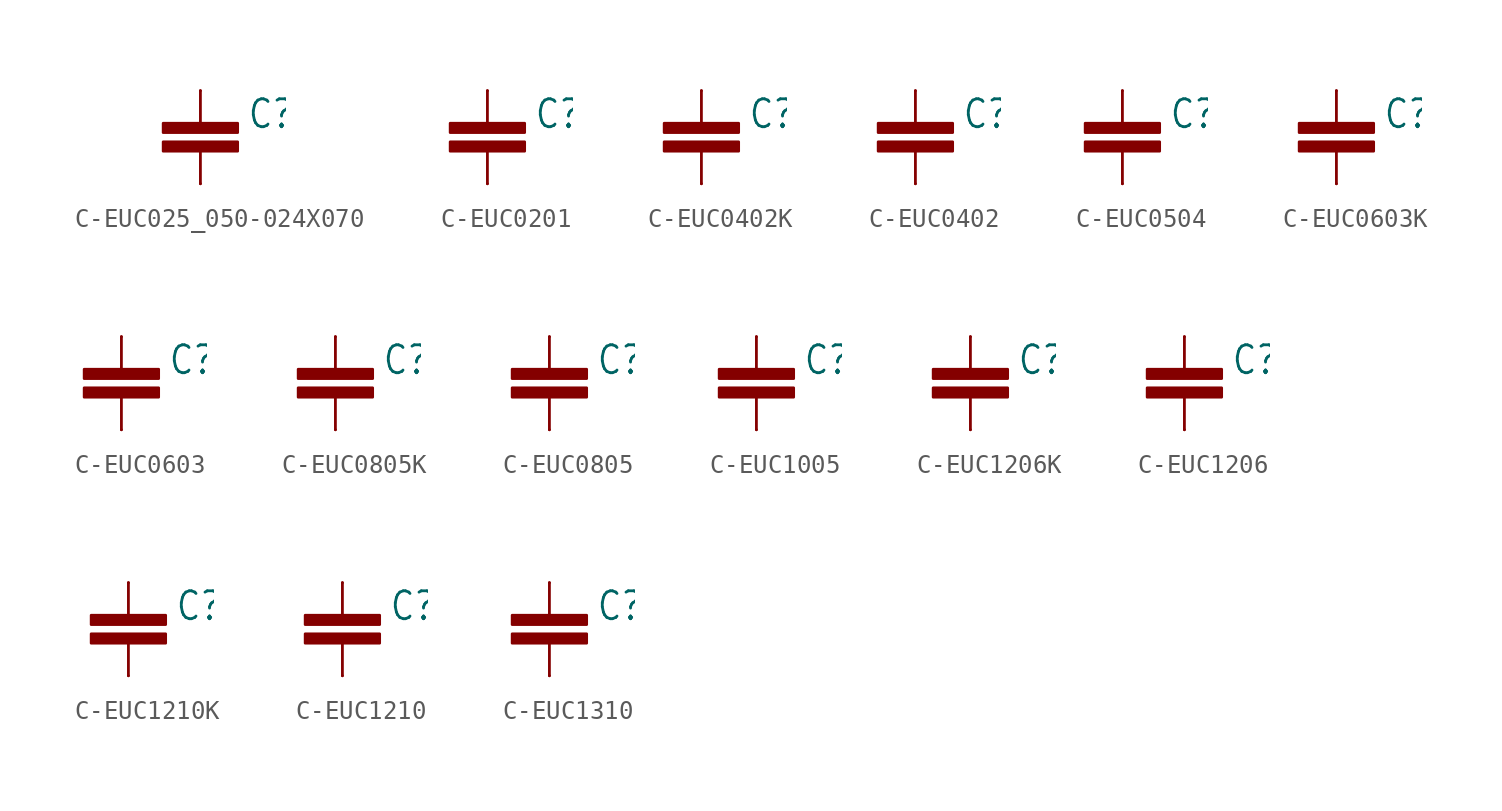
<source format=kicad_sym>
(kicad_symbol_lib
  (version 20220914)
  (generator kicad_symbol_editor)
  (symbol "C-EUC025_050-024X070"
    (property "Reference" "C"
      (at 2.54 1.27 0)
      (effects (font (size 1.524 1.295)) (justify left)))
    (property "Value" ""
      (at 2.54 -1.27 0)
      (effects (font (size 1.524 1.295)) (justify left)))
    (property "ki_locked" ""
      (at 0 0 0)
      (effects (font (size 1.27 1.27))))
    (symbol "C-EUC025_050-024X070_1_0"
      (rectangle (start -2.032 -0.762) (end 2.032 -0.254) (stroke (width 0) (type default)) (fill (type outline)))
      (rectangle (start -2.032 0.254) (end 2.032 0.762) (stroke (width 0) (type default)) (fill (type outline)))
      (polyline (pts (xy 0 -2.54) (xy 0 -0.762)) (stroke (width 0.152) (type solid)) (fill (type none)))
      (polyline (pts (xy 0 2.54) (xy 0 0.762)) (stroke (width 0.152) (type solid)) (fill (type none)))
      (pin passive line (at 0 2.54 270) (length 0) (name "1" (effects (font (size 0 0)))) (number "1" (effects (font (size 0 0)))))
      (pin passive line (at 0 -2.54 90) (length 0) (name "2" (effects (font (size 0 0)))) (number "2" (effects (font (size 0 0)))))))
  (symbol "C-EUC0201"
    (property "Reference" "C"
      (at 2.54 1.27 0)
      (effects (font (size 1.524 1.295)) (justify left)))
    (property "Value" ""
      (at 2.54 -1.27 0)
      (effects (font (size 1.524 1.295)) (justify left)))
    (property "ki_locked" ""
      (at 0 0 0)
      (effects (font (size 1.27 1.27))))
    (symbol "C-EUC0201_1_0"
      (rectangle (start -2.032 -0.762) (end 2.032 -0.254) (stroke (width 0) (type default)) (fill (type outline)))
      (rectangle (start -2.032 0.254) (end 2.032 0.762) (stroke (width 0) (type default)) (fill (type outline)))
      (polyline (pts (xy 0 -2.54) (xy 0 -0.762)) (stroke (width 0.152) (type solid)) (fill (type none)))
      (polyline (pts (xy 0 2.54) (xy 0 0.762)) (stroke (width 0.152) (type solid)) (fill (type none)))
      (pin passive line (at 0 2.54 270) (length 0) (name "1" (effects (font (size 0 0)))) (number "1" (effects (font (size 0 0)))))
      (pin passive line (at 0 -2.54 90) (length 0) (name "2" (effects (font (size 0 0)))) (number "2" (effects (font (size 0 0)))))))
  (symbol "C-EUC0402K"
    (property "Reference" "C"
      (at 2.54 1.27 0)
      (effects (font (size 1.524 1.295)) (justify left)))
    (property "Value" ""
      (at 2.54 -1.27 0)
      (effects (font (size 1.524 1.295)) (justify left)))
    (property "ki_locked" ""
      (at 0 0 0)
      (effects (font (size 1.27 1.27))))
    (symbol "C-EUC0402K_1_0"
      (rectangle (start -2.032 -0.762) (end 2.032 -0.254) (stroke (width 0) (type default)) (fill (type outline)))
      (rectangle (start -2.032 0.254) (end 2.032 0.762) (stroke (width 0) (type default)) (fill (type outline)))
      (polyline (pts (xy 0 -2.54) (xy 0 -0.762)) (stroke (width 0.152) (type solid)) (fill (type none)))
      (polyline (pts (xy 0 2.54) (xy 0 0.762)) (stroke (width 0.152) (type solid)) (fill (type none)))
      (pin passive line (at 0 2.54 270) (length 0) (name "1" (effects (font (size 0 0)))) (number "1" (effects (font (size 0 0)))))
      (pin passive line (at 0 -2.54 90) (length 0) (name "2" (effects (font (size 0 0)))) (number "2" (effects (font (size 0 0)))))))
  (symbol "C-EUC0402"
    (property "Reference" "C"
      (at 2.54 1.27 0)
      (effects (font (size 1.524 1.295)) (justify left)))
    (property "Value" ""
      (at 2.54 -1.27 0)
      (effects (font (size 1.524 1.295)) (justify left)))
    (property "ki_locked" ""
      (at 0 0 0)
      (effects (font (size 1.27 1.27))))
    (symbol "C-EUC0402_1_0"
      (rectangle (start -2.032 -0.762) (end 2.032 -0.254) (stroke (width 0) (type default)) (fill (type outline)))
      (rectangle (start -2.032 0.254) (end 2.032 0.762) (stroke (width 0) (type default)) (fill (type outline)))
      (polyline (pts (xy 0 -2.54) (xy 0 -0.762)) (stroke (width 0.152) (type solid)) (fill (type none)))
      (polyline (pts (xy 0 2.54) (xy 0 0.762)) (stroke (width 0.152) (type solid)) (fill (type none)))
      (pin passive line (at 0 2.54 270) (length 0) (name "1" (effects (font (size 0 0)))) (number "1" (effects (font (size 0 0)))))
      (pin passive line (at 0 -2.54 90) (length 0) (name "2" (effects (font (size 0 0)))) (number "2" (effects (font (size 0 0)))))))
  (symbol "C-EUC0504"
    (property "Reference" "C"
      (at 2.54 1.27 0)
      (effects (font (size 1.524 1.295)) (justify left)))
    (property "Value" ""
      (at 2.54 -1.27 0)
      (effects (font (size 1.524 1.295)) (justify left)))
    (property "ki_locked" ""
      (at 0 0 0)
      (effects (font (size 1.27 1.27))))
    (symbol "C-EUC0504_1_0"
      (rectangle (start -2.032 -0.762) (end 2.032 -0.254) (stroke (width 0) (type default)) (fill (type outline)))
      (rectangle (start -2.032 0.254) (end 2.032 0.762) (stroke (width 0) (type default)) (fill (type outline)))
      (polyline (pts (xy 0 -2.54) (xy 0 -0.762)) (stroke (width 0.152) (type solid)) (fill (type none)))
      (polyline (pts (xy 0 2.54) (xy 0 0.762)) (stroke (width 0.152) (type solid)) (fill (type none)))
      (pin passive line (at 0 2.54 270) (length 0) (name "1" (effects (font (size 0 0)))) (number "1" (effects (font (size 0 0)))))
      (pin passive line (at 0 -2.54 90) (length 0) (name "2" (effects (font (size 0 0)))) (number "2" (effects (font (size 0 0)))))))
  (symbol "C-EUC0603K"
    (property "Reference" "C"
      (at 2.54 1.27 0)
      (effects (font (size 1.524 1.295)) (justify left)))
    (property "Value" ""
      (at 2.54 -1.27 0)
      (effects (font (size 1.524 1.295)) (justify left)))
    (property "ki_locked" ""
      (at 0 0 0)
      (effects (font (size 1.27 1.27))))
    (symbol "C-EUC0603K_1_0"
      (rectangle (start -2.032 -0.762) (end 2.032 -0.254) (stroke (width 0) (type default)) (fill (type outline)))
      (rectangle (start -2.032 0.254) (end 2.032 0.762) (stroke (width 0) (type default)) (fill (type outline)))
      (polyline (pts (xy 0 -2.54) (xy 0 -0.762)) (stroke (width 0.152) (type solid)) (fill (type none)))
      (polyline (pts (xy 0 2.54) (xy 0 0.762)) (stroke (width 0.152) (type solid)) (fill (type none)))
      (pin passive line (at 0 2.54 270) (length 0) (name "1" (effects (font (size 0 0)))) (number "1" (effects (font (size 0 0)))))
      (pin passive line (at 0 -2.54 90) (length 0) (name "2" (effects (font (size 0 0)))) (number "2" (effects (font (size 0 0)))))))
  (symbol "C-EUC0603"
    (property "Reference" "C"
      (at 2.54 1.27 0)
      (effects (font (size 1.524 1.295)) (justify left)))
    (property "Value" ""
      (at 2.54 -1.27 0)
      (effects (font (size 1.524 1.295)) (justify left)))
    (property "ki_locked" ""
      (at 0 0 0)
      (effects (font (size 1.27 1.27))))
    (symbol "C-EUC0603_1_0"
      (rectangle (start -2.032 -0.762) (end 2.032 -0.254) (stroke (width 0) (type default)) (fill (type outline)))
      (rectangle (start -2.032 0.254) (end 2.032 0.762) (stroke (width 0) (type default)) (fill (type outline)))
      (polyline (pts (xy 0 -2.54) (xy 0 -0.762)) (stroke (width 0.152) (type solid)) (fill (type none)))
      (polyline (pts (xy 0 2.54) (xy 0 0.762)) (stroke (width 0.152) (type solid)) (fill (type none)))
      (pin passive line (at 0 2.54 270) (length 0) (name "1" (effects (font (size 0 0)))) (number "1" (effects (font (size 0 0)))))
      (pin passive line (at 0 -2.54 90) (length 0) (name "2" (effects (font (size 0 0)))) (number "2" (effects (font (size 0 0)))))))
  (symbol "C-EUC0805K"
    (property "Reference" "C"
      (at 2.54 1.27 0)
      (effects (font (size 1.524 1.295)) (justify left)))
    (property "Value" ""
      (at 2.54 -1.27 0)
      (effects (font (size 1.524 1.295)) (justify left)))
    (property "ki_locked" ""
      (at 0 0 0)
      (effects (font (size 1.27 1.27))))
    (symbol "C-EUC0805K_1_0"
      (rectangle (start -2.032 -0.762) (end 2.032 -0.254) (stroke (width 0) (type default)) (fill (type outline)))
      (rectangle (start -2.032 0.254) (end 2.032 0.762) (stroke (width 0) (type default)) (fill (type outline)))
      (polyline (pts (xy 0 -2.54) (xy 0 -0.762)) (stroke (width 0.152) (type solid)) (fill (type none)))
      (polyline (pts (xy 0 2.54) (xy 0 0.762)) (stroke (width 0.152) (type solid)) (fill (type none)))
      (pin passive line (at 0 2.54 270) (length 0) (name "1" (effects (font (size 0 0)))) (number "1" (effects (font (size 0 0)))))
      (pin passive line (at 0 -2.54 90) (length 0) (name "2" (effects (font (size 0 0)))) (number "2" (effects (font (size 0 0)))))))
  (symbol "C-EUC0805"
    (property "Reference" "C"
      (at 2.54 1.27 0)
      (effects (font (size 1.524 1.295)) (justify left)))
    (property "Value" ""
      (at 2.54 -1.27 0)
      (effects (font (size 1.524 1.295)) (justify left)))
    (property "ki_locked" ""
      (at 0 0 0)
      (effects (font (size 1.27 1.27))))
    (symbol "C-EUC0805_1_0"
      (rectangle (start -2.032 -0.762) (end 2.032 -0.254) (stroke (width 0) (type default)) (fill (type outline)))
      (rectangle (start -2.032 0.254) (end 2.032 0.762) (stroke (width 0) (type default)) (fill (type outline)))
      (polyline (pts (xy 0 -2.54) (xy 0 -0.762)) (stroke (width 0.152) (type solid)) (fill (type none)))
      (polyline (pts (xy 0 2.54) (xy 0 0.762)) (stroke (width 0.152) (type solid)) (fill (type none)))
      (pin passive line (at 0 2.54 270) (length 0) (name "1" (effects (font (size 0 0)))) (number "1" (effects (font (size 0 0)))))
      (pin passive line (at 0 -2.54 90) (length 0) (name "2" (effects (font (size 0 0)))) (number "2" (effects (font (size 0 0)))))))
  (symbol "C-EUC1005"
    (property "Reference" "C"
      (at 2.54 1.27 0)
      (effects (font (size 1.524 1.295)) (justify left)))
    (property "Value" ""
      (at 2.54 -1.27 0)
      (effects (font (size 1.524 1.295)) (justify left)))
    (property "ki_locked" ""
      (at 0 0 0)
      (effects (font (size 1.27 1.27))))
    (symbol "C-EUC1005_1_0"
      (rectangle (start -2.032 -0.762) (end 2.032 -0.254) (stroke (width 0) (type default)) (fill (type outline)))
      (rectangle (start -2.032 0.254) (end 2.032 0.762) (stroke (width 0) (type default)) (fill (type outline)))
      (polyline (pts (xy 0 -2.54) (xy 0 -0.762)) (stroke (width 0.152) (type solid)) (fill (type none)))
      (polyline (pts (xy 0 2.54) (xy 0 0.762)) (stroke (width 0.152) (type solid)) (fill (type none)))
      (pin passive line (at 0 2.54 270) (length 0) (name "1" (effects (font (size 0 0)))) (number "1" (effects (font (size 0 0)))))
      (pin passive line (at 0 -2.54 90) (length 0) (name "2" (effects (font (size 0 0)))) (number "2" (effects (font (size 0 0)))))))
  (symbol "C-EUC1206K"
    (property "Reference" "C"
      (at 2.54 1.27 0)
      (effects (font (size 1.524 1.295)) (justify left)))
    (property "Value" ""
      (at 2.54 -1.27 0)
      (effects (font (size 1.524 1.295)) (justify left)))
    (property "ki_locked" ""
      (at 0 0 0)
      (effects (font (size 1.27 1.27))))
    (symbol "C-EUC1206K_1_0"
      (rectangle (start -2.032 -0.762) (end 2.032 -0.254) (stroke (width 0) (type default)) (fill (type outline)))
      (rectangle (start -2.032 0.254) (end 2.032 0.762) (stroke (width 0) (type default)) (fill (type outline)))
      (polyline (pts (xy 0 -2.54) (xy 0 -0.762)) (stroke (width 0.152) (type solid)) (fill (type none)))
      (polyline (pts (xy 0 2.54) (xy 0 0.762)) (stroke (width 0.152) (type solid)) (fill (type none)))
      (pin passive line (at 0 2.54 270) (length 0) (name "1" (effects (font (size 0 0)))) (number "1" (effects (font (size 0 0)))))
      (pin passive line (at 0 -2.54 90) (length 0) (name "2" (effects (font (size 0 0)))) (number "2" (effects (font (size 0 0)))))))
  (symbol "C-EUC1206"
    (property "Reference" "C"
      (at 2.54 1.27 0)
      (effects (font (size 1.524 1.295)) (justify left)))
    (property "Value" ""
      (at 2.54 -1.27 0)
      (effects (font (size 1.524 1.295)) (justify left)))
    (property "ki_locked" ""
      (at 0 0 0)
      (effects (font (size 1.27 1.27))))
    (symbol "C-EUC1206_1_0"
      (rectangle (start -2.032 -0.762) (end 2.032 -0.254) (stroke (width 0) (type default)) (fill (type outline)))
      (rectangle (start -2.032 0.254) (end 2.032 0.762) (stroke (width 0) (type default)) (fill (type outline)))
      (polyline (pts (xy 0 -2.54) (xy 0 -0.762)) (stroke (width 0.152) (type solid)) (fill (type none)))
      (polyline (pts (xy 0 2.54) (xy 0 0.762)) (stroke (width 0.152) (type solid)) (fill (type none)))
      (pin passive line (at 0 2.54 270) (length 0) (name "1" (effects (font (size 0 0)))) (number "1" (effects (font (size 0 0)))))
      (pin passive line (at 0 -2.54 90) (length 0) (name "2" (effects (font (size 0 0)))) (number "2" (effects (font (size 0 0)))))))
  (symbol "C-EUC1210K"
    (property "Reference" "C"
      (at 2.54 1.27 0)
      (effects (font (size 1.524 1.295)) (justify left)))
    (property "Value" ""
      (at 2.54 -1.27 0)
      (effects (font (size 1.524 1.295)) (justify left)))
    (property "ki_locked" ""
      (at 0 0 0)
      (effects (font (size 1.27 1.27))))
    (symbol "C-EUC1210K_1_0"
      (rectangle (start -2.032 -0.762) (end 2.032 -0.254) (stroke (width 0) (type default)) (fill (type outline)))
      (rectangle (start -2.032 0.254) (end 2.032 0.762) (stroke (width 0) (type default)) (fill (type outline)))
      (polyline (pts (xy 0 -2.54) (xy 0 -0.762)) (stroke (width 0.152) (type solid)) (fill (type none)))
      (polyline (pts (xy 0 2.54) (xy 0 0.762)) (stroke (width 0.152) (type solid)) (fill (type none)))
      (pin passive line (at 0 2.54 270) (length 0) (name "1" (effects (font (size 0 0)))) (number "1" (effects (font (size 0 0)))))
      (pin passive line (at 0 -2.54 90) (length 0) (name "2" (effects (font (size 0 0)))) (number "2" (effects (font (size 0 0)))))))
  (symbol "C-EUC1210"
    (property "Reference" "C"
      (at 2.54 1.27 0)
      (effects (font (size 1.524 1.295)) (justify left)))
    (property "Value" ""
      (at 2.54 -1.27 0)
      (effects (font (size 1.524 1.295)) (justify left)))
    (property "ki_locked" ""
      (at 0 0 0)
      (effects (font (size 1.27 1.27))))
    (symbol "C-EUC1210_1_0"
      (rectangle (start -2.032 -0.762) (end 2.032 -0.254) (stroke (width 0) (type default)) (fill (type outline)))
      (rectangle (start -2.032 0.254) (end 2.032 0.762) (stroke (width 0) (type default)) (fill (type outline)))
      (polyline (pts (xy 0 -2.54) (xy 0 -0.762)) (stroke (width 0.152) (type solid)) (fill (type none)))
      (polyline (pts (xy 0 2.54) (xy 0 0.762)) (stroke (width 0.152) (type solid)) (fill (type none)))
      (pin passive line (at 0 2.54 270) (length 0) (name "1" (effects (font (size 0 0)))) (number "1" (effects (font (size 0 0)))))
      (pin passive line (at 0 -2.54 90) (length 0) (name "2" (effects (font (size 0 0)))) (number "2" (effects (font (size 0 0)))))))
  (symbol "C-EUC1310"
    (property "Reference" "C"
      (at 2.54 1.27 0)
      (effects (font (size 1.524 1.295)) (justify left)))
    (property "Value" ""
      (at 2.54 -1.27 0)
      (effects (font (size 1.524 1.295)) (justify left)))
    (property "ki_locked" ""
      (at 0 0 0)
      (effects (font (size 1.27 1.27))))
    (symbol "C-EUC1310_1_0"
      (rectangle (start -2.032 -0.762) (end 2.032 -0.254) (stroke (width 0) (type default)) (fill (type outline)))
      (rectangle (start -2.032 0.254) (end 2.032 0.762) (stroke (width 0) (type default)) (fill (type outline)))
      (polyline (pts (xy 0 -2.54) (xy 0 -0.762)) (stroke (width 0.152) (type solid)) (fill (type none)))
      (polyline (pts (xy 0 2.54) (xy 0 0.762)) (stroke (width 0.152) (type solid)) (fill (type none)))
      (pin passive line (at 0 2.54 270) (length 0) (name "1" (effects (font (size 0 0)))) (number "1" (effects (font (size 0 0)))))
      (pin passive line (at 0 -2.54 90) (length 0) (name "2" (effects (font (size 0 0)))) (number "2" (effects (font (size 0 0))))))))
</source>
